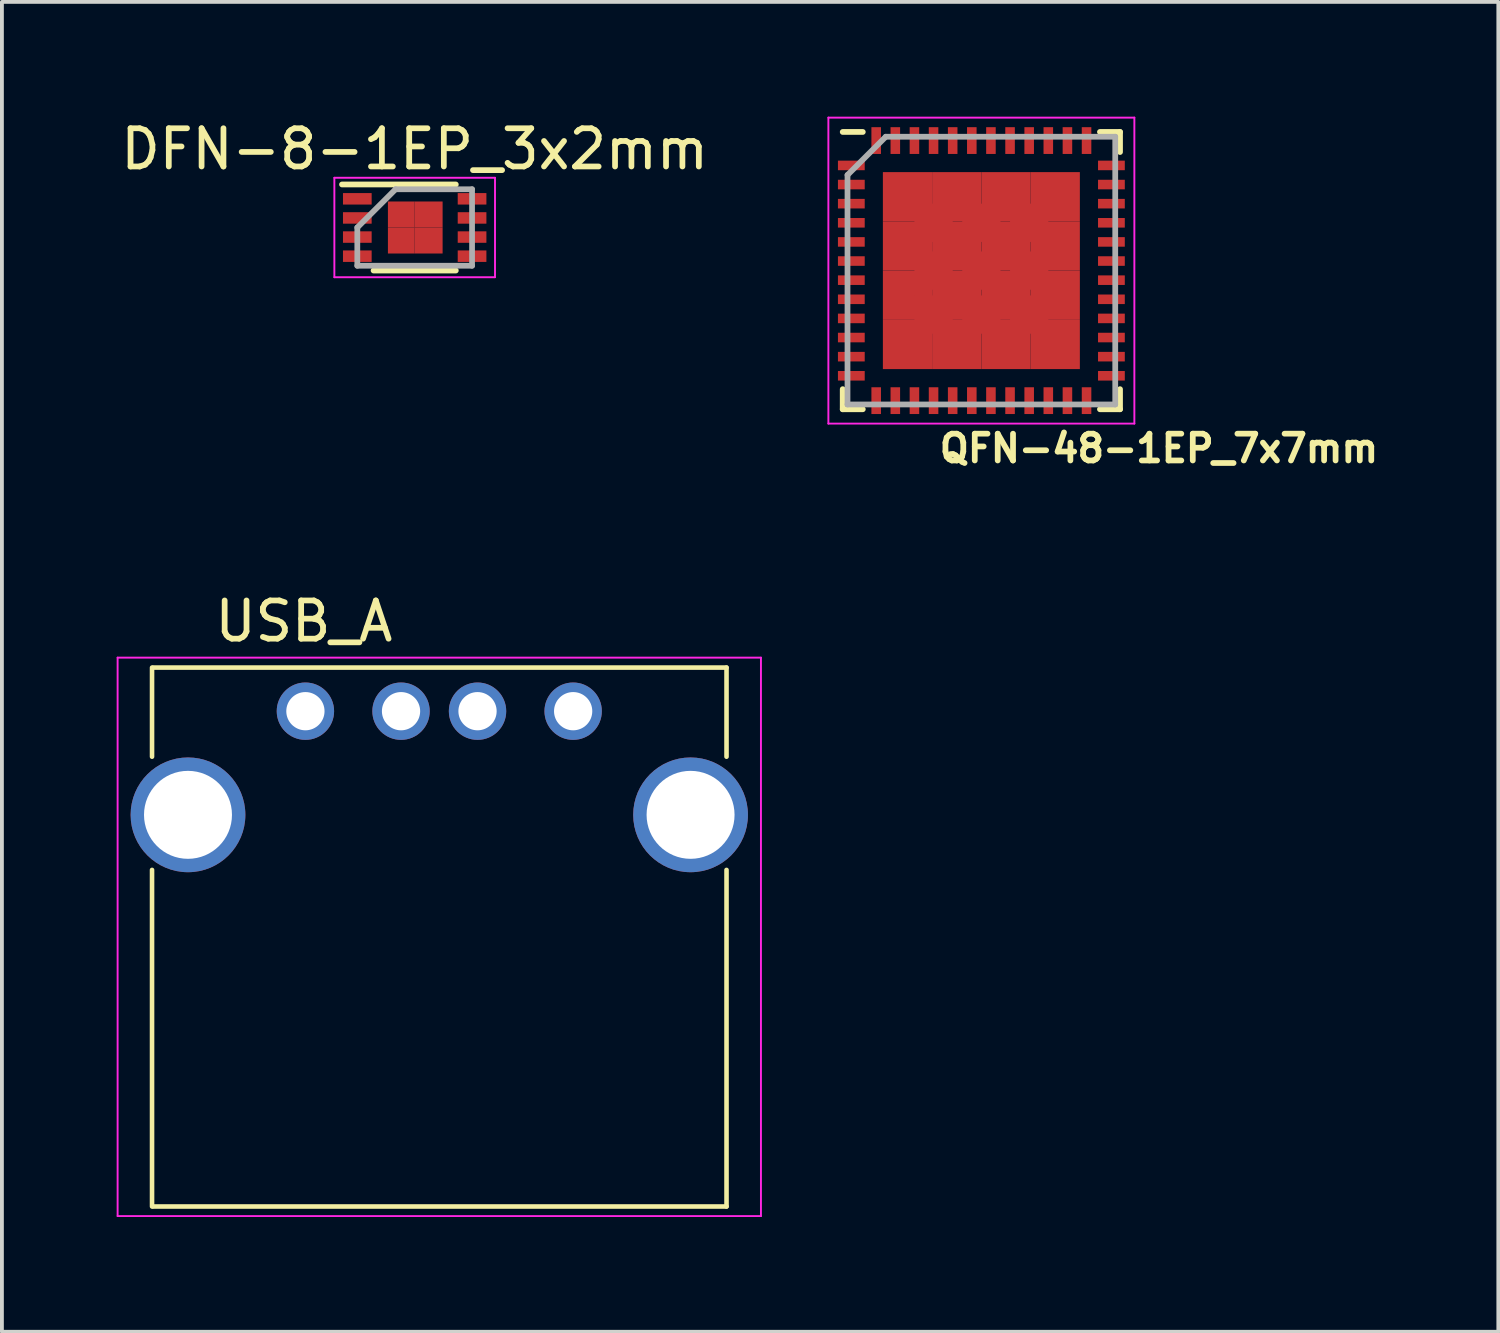
<source format=kicad_pcb>
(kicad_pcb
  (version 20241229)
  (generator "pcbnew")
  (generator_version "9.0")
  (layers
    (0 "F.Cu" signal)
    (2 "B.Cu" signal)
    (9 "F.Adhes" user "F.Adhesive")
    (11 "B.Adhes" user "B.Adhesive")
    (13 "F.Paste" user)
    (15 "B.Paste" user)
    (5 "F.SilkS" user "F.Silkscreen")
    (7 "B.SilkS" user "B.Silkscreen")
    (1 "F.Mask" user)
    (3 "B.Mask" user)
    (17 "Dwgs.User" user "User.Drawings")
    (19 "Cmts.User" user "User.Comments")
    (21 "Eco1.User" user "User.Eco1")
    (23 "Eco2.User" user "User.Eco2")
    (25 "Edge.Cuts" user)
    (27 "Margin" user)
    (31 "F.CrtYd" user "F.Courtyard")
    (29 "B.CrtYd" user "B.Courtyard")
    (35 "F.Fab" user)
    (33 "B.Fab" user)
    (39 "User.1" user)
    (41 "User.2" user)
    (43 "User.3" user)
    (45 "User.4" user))
  (footprint "USB_A"
    (layer "F.Cu")
    (at 8.435 15.544)
    (property "Reference" "USB_A" (at -3.54 -2.35 0) (layer "F.SilkS") (effects (font (size 1 1) (thickness 0.15))))
    (attr through_hole)
    (fp_line (start -7.51 -1.14) (end -7.51 1.19) (stroke (width 0.12) (type solid)) (layer "F.SilkS"))
    (fp_line (start -7.51 4.15) (end -7.51 12.95) (stroke (width 0.12) (type solid)) (layer "F.SilkS"))
    (fp_line (start 7.51 -1.14) (end -7.48 -1.14) (stroke (width 0.12) (type solid)) (layer "F.SilkS"))
    (fp_line (start 7.51 -1.14) (end 7.51 1.19) (stroke (width 0.12) (type solid)) (layer "F.SilkS"))
    (fp_line (start 7.51 4.15) (end 7.51 12.95) (stroke (width 0.12) (type solid)) (layer "F.SilkS"))
    (fp_line (start 7.51 12.95) (end -7.48 12.95) (stroke (width 0.12) (type solid)) (layer "F.SilkS"))
    (fp_line (start -8.41 -1.4) (end 8.41 -1.4) (stroke (width 0.05) (type solid)) (layer "F.CrtYd"))
    (fp_line (start -8.41 13.2) (end -8.41 -1.4) (stroke (width 0.05) (type solid)) (layer "F.CrtYd"))
    (fp_line (start -8.41 13.2) (end 8.41 13.2) (stroke (width 0.05) (type solid)) (layer "F.CrtYd"))
    (fp_line (start 8.41 -1.4) (end 8.41 13.2) (stroke (width 0.05) (type solid)) (layer "F.CrtYd"))
    (pad "1" thru_hole circle (at -3.5 0 270) (size 1.5 1.5) (drill 1) (layers "*.Cu" "*.Mask"))
    (pad "2" thru_hole circle (at -1 0 270) (size 1.5 1.5) (drill 1) (layers "*.Cu" "*.Mask"))
    (pad "3" thru_hole circle (at 1 0 270) (size 1.5 1.5) (drill 1) (layers "*.Cu" "*.Mask"))
    (pad "4" thru_hole circle (at 3.5 0 270) (size 1.5 1.5) (drill 1) (layers "*.Cu" "*.Mask"))
    (pad "5" thru_hole circle (at -6.57 2.71 270) (size 3 3) (drill 2.3) (layers "*.Cu" "*.Mask"))
    (pad "5" thru_hole circle (at 6.57 2.71 270) (size 3 3) (drill 2.3) (layers "*.Cu" "*.Mask")))
  (footprint "QFN-48-1EP_7x7mm"
    (layer "F.Cu")
    (at 22.608 4.025)
    (property "Reference" "QFN-48-1EP_7x7mm" (at 4.644 4.648 0) (layer "F.SilkS") (effects (font (size 0.7 0.7) (thickness 0.15))))
    (attr smd)
    (fp_line (start -3.625 -3.625) (end -3.1 -3.625) (stroke (width 0.15) (type solid)) (layer "F.SilkS"))
    (fp_line (start -3.625 3.625) (end -3.625 3.1) (stroke (width 0.15) (type solid)) (layer "F.SilkS"))
    (fp_line (start -3.625 3.625) (end -3.1 3.625) (stroke (width 0.15) (type solid)) (layer "F.SilkS"))
    (fp_line (start 3.625 -3.625) (end 3.1 -3.625) (stroke (width 0.15) (type solid)) (layer "F.SilkS"))
    (fp_line (start 3.625 -3.625) (end 3.625 -3.1) (stroke (width 0.15) (type solid)) (layer "F.SilkS"))
    (fp_line (start 3.625 3.625) (end 3.1 3.625) (stroke (width 0.15) (type solid)) (layer "F.SilkS"))
    (fp_line (start 3.625 3.625) (end 3.625 3.1) (stroke (width 0.15) (type solid)) (layer "F.SilkS"))
    (fp_line (start -4 -4) (end -4 4) (stroke (width 0.05) (type solid)) (layer "F.CrtYd"))
    (fp_line (start -4 -4) (end 4 -4) (stroke (width 0.05) (type solid)) (layer "F.CrtYd"))
    (fp_line (start -4 4) (end 4 4) (stroke (width 0.05) (type solid)) (layer "F.CrtYd"))
    (fp_line (start 4 -4) (end 4 4) (stroke (width 0.05) (type solid)) (layer "F.CrtYd"))
    (fp_line (start -3.5 -2.5) (end -2.5 -3.5) (stroke (width 0.15) (type solid)) (layer "F.Fab"))
    (fp_line (start -3.5 3.5) (end -3.5 -2.5) (stroke (width 0.15) (type solid)) (layer "F.Fab"))
    (fp_line (start -2.5 -3.5) (end 3.5 -3.5) (stroke (width 0.15) (type solid)) (layer "F.Fab"))
    (fp_line (start 3.5 -3.5) (end 3.5 3.5) (stroke (width 0.15) (type solid)) (layer "F.Fab"))
    (fp_line (start 3.5 3.5) (end -3.5 3.5) (stroke (width 0.15) (type solid)) (layer "F.Fab"))
    (pad "1" smd rect (at -3.4 -2.75) (size 0.7 0.25) (layers "F.Cu" "F.Mask" "F.Paste"))
    (pad "2" smd rect (at -3.4 -2.25) (size 0.7 0.25) (layers "F.Cu" "F.Mask" "F.Paste"))
    (pad "3" smd rect (at -3.4 -1.75) (size 0.7 0.25) (layers "F.Cu" "F.Mask" "F.Paste"))
    (pad "4" smd rect (at -3.4 -1.25) (size 0.7 0.25) (layers "F.Cu" "F.Mask" "F.Paste"))
    (pad "5" smd rect (at -3.4 -0.75) (size 0.7 0.25) (layers "F.Cu" "F.Mask" "F.Paste"))
    (pad "6" smd rect (at -3.4 -0.25) (size 0.7 0.25) (layers "F.Cu" "F.Mask" "F.Paste"))
    (pad "7" smd rect (at -3.4 0.25) (size 0.7 0.25) (layers "F.Cu" "F.Mask" "F.Paste"))
    (pad "8" smd rect (at -3.4 0.75) (size 0.7 0.25) (layers "F.Cu" "F.Mask" "F.Paste"))
    (pad "9" smd rect (at -3.4 1.25) (size 0.7 0.25) (layers "F.Cu" "F.Mask" "F.Paste"))
    (pad "10" smd rect (at -3.4 1.75) (size 0.7 0.25) (layers "F.Cu" "F.Mask" "F.Paste"))
    (pad "11" smd rect (at -3.4 2.25) (size 0.7 0.25) (layers "F.Cu" "F.Mask" "F.Paste"))
    (pad "12" smd rect (at -3.4 2.75) (size 0.7 0.25) (layers "F.Cu" "F.Mask" "F.Paste"))
    (pad "13" smd rect (at -2.75 3.4 90) (size 0.7 0.25) (layers "F.Cu" "F.Mask" "F.Paste"))
    (pad "14" smd rect (at -2.25 3.4 90) (size 0.7 0.25) (layers "F.Cu" "F.Mask" "F.Paste"))
    (pad "15" smd rect (at -1.75 3.4 90) (size 0.7 0.25) (layers "F.Cu" "F.Mask" "F.Paste"))
    (pad "16" smd rect (at -1.25 3.4 90) (size 0.7 0.25) (layers "F.Cu" "F.Mask" "F.Paste"))
    (pad "17" smd rect (at -0.75 3.4 90) (size 0.7 0.25) (layers "F.Cu" "F.Mask" "F.Paste"))
    (pad "18" smd rect (at -0.25 3.4 90) (size 0.7 0.25) (layers "F.Cu" "F.Mask" "F.Paste"))
    (pad "19" smd rect (at 0.25 3.4 90) (size 0.7 0.25) (layers "F.Cu" "F.Mask" "F.Paste"))
    (pad "20" smd rect (at 0.75 3.4 90) (size 0.7 0.25) (layers "F.Cu" "F.Mask" "F.Paste"))
    (pad "21" smd rect (at 1.25 3.4 90) (size 0.7 0.25) (layers "F.Cu" "F.Mask" "F.Paste"))
    (pad "22" smd rect (at 1.75 3.4 90) (size 0.7 0.25) (layers "F.Cu" "F.Mask" "F.Paste"))
    (pad "23" smd rect (at 2.25 3.4 90) (size 0.7 0.25) (layers "F.Cu" "F.Mask" "F.Paste"))
    (pad "24" smd rect (at 2.75 3.4 90) (size 0.7 0.25) (layers "F.Cu" "F.Mask" "F.Paste"))
    (pad "25" smd rect (at 3.4 2.75) (size 0.7 0.25) (layers "F.Cu" "F.Mask" "F.Paste"))
    (pad "26" smd rect (at 3.4 2.25) (size 0.7 0.25) (layers "F.Cu" "F.Mask" "F.Paste"))
    (pad "27" smd rect (at 3.4 1.75) (size 0.7 0.25) (layers "F.Cu" "F.Mask" "F.Paste"))
    (pad "28" smd rect (at 3.4 1.25) (size 0.7 0.25) (layers "F.Cu" "F.Mask" "F.Paste"))
    (pad "29" smd rect (at 3.4 0.75) (size 0.7 0.25) (layers "F.Cu" "F.Mask" "F.Paste"))
    (pad "30" smd rect (at 3.4 0.25) (size 0.7 0.25) (layers "F.Cu" "F.Mask" "F.Paste"))
    (pad "31" smd rect (at 3.4 -0.25) (size 0.7 0.25) (layers "F.Cu" "F.Mask" "F.Paste"))
    (pad "32" smd rect (at 3.4 -0.75) (size 0.7 0.25) (layers "F.Cu" "F.Mask" "F.Paste"))
    (pad "33" smd rect (at 3.4 -1.25) (size 0.7 0.25) (layers "F.Cu" "F.Mask" "F.Paste"))
    (pad "34" smd rect (at 3.4 -1.75) (size 0.7 0.25) (layers "F.Cu" "F.Mask" "F.Paste"))
    (pad "35" smd rect (at 3.4 -2.25) (size 0.7 0.25) (layers "F.Cu" "F.Mask" "F.Paste"))
    (pad "36" smd rect (at 3.4 -2.75) (size 0.7 0.25) (layers "F.Cu" "F.Mask" "F.Paste"))
    (pad "37" smd rect (at 2.75 -3.4 90) (size 0.7 0.25) (layers "F.Cu" "F.Mask" "F.Paste"))
    (pad "38" smd rect (at 2.25 -3.4 90) (size 0.7 0.25) (layers "F.Cu" "F.Mask" "F.Paste"))
    (pad "39" smd rect (at 1.75 -3.4 90) (size 0.7 0.25) (layers "F.Cu" "F.Mask" "F.Paste"))
    (pad "40" smd rect (at 1.25 -3.4 90) (size 0.7 0.25) (layers "F.Cu" "F.Mask" "F.Paste"))
    (pad "41" smd rect (at 0.75 -3.4 90) (size 0.7 0.25) (layers "F.Cu" "F.Mask" "F.Paste"))
    (pad "42" smd rect (at 0.25 -3.4 90) (size 0.7 0.25) (layers "F.Cu" "F.Mask" "F.Paste"))
    (pad "43" smd rect (at -0.25 -3.4 90) (size 0.7 0.25) (layers "F.Cu" "F.Mask" "F.Paste"))
    (pad "44" smd rect (at -0.75 -3.4 90) (size 0.7 0.25) (layers "F.Cu" "F.Mask" "F.Paste"))
    (pad "45" smd rect (at -1.25 -3.4 90) (size 0.7 0.25) (layers "F.Cu" "F.Mask" "F.Paste"))
    (pad "46" smd rect (at -1.75 -3.4 90) (size 0.7 0.25) (layers "F.Cu" "F.Mask" "F.Paste"))
    (pad "47" smd rect (at -2.25 -3.4 90) (size 0.7 0.25) (layers "F.Cu" "F.Mask" "F.Paste"))
    (pad "48" smd rect (at -2.75 -3.4 90) (size 0.7 0.25) (layers "F.Cu" "F.Mask" "F.Paste"))
    (pad "49" smd rect (at -1.931 -1.931) (size 1.288 1.288) (layers "F.Cu" "F.Mask"))
    (pad "49" smd rect (at -1.931 -0.644) (size 1.288 1.288) (layers "F.Cu" "F.Mask"))
    (pad "49" smd rect (at -1.931 0.644) (size 1.288 1.288) (layers "F.Cu" "F.Mask"))
    (pad "49" smd rect (at -1.931 1.931) (size 1.288 1.288) (layers "F.Cu" "F.Mask"))
    (pad "49" smd rect (at -1.25 -1.25) (size 1 1) (layers "F.Cu" "F.Mask" "F.Paste"))
    (pad "49" smd rect (at -1.25 0) (size 1 1) (layers "F.Cu" "F.Mask" "F.Paste"))
    (pad "49" smd rect (at -1.25 1.15) (size 1 1) (layers "F.Cu" "F.Mask" "F.Paste"))
    (pad "49" smd rect (at -0.644 -1.931) (size 1.288 1.288) (layers "F.Cu" "F.Mask"))
    (pad "49" smd rect (at -0.644 -0.644) (size 1.288 1.288) (layers "F.Cu" "F.Mask"))
    (pad "49" smd rect (at -0.644 0.644) (size 1.288 1.288) (layers "F.Cu" "F.Mask"))
    (pad "49" smd rect (at -0.644 1.931) (size 1.288 1.288) (layers "F.Cu" "F.Mask"))
    (pad "49" smd rect (at 0 -1.25) (size 1 1) (layers "F.Cu" "F.Mask" "F.Paste"))
    (pad "49" smd rect (at 0 0) (size 1 1) (layers "F.Cu" "F.Mask" "F.Paste"))
    (pad "49" smd rect (at 0 1.15) (size 1 1) (layers "F.Cu" "F.Mask" "F.Paste"))
    (pad "49" smd rect (at 0.644 -1.931) (size 1.288 1.288) (layers "F.Cu" "F.Mask"))
    (pad "49" smd rect (at 0.644 -0.644) (size 1.288 1.288) (layers "F.Cu" "F.Mask"))
    (pad "49" smd rect (at 0.644 0.644) (size 1.288 1.288) (layers "F.Cu" "F.Mask"))
    (pad "49" smd rect (at 0.644 1.931) (size 1.288 1.288) (layers "F.Cu" "F.Mask"))
    (pad "49" smd rect (at 1.25 -1.25) (size 1 1) (layers "F.Cu" "F.Mask" "F.Paste"))
    (pad "49" smd rect (at 1.25 0) (size 1 1) (layers "F.Cu" "F.Mask" "F.Paste"))
    (pad "49" smd rect (at 1.25 1.15) (size 1 1) (layers "F.Cu" "F.Mask" "F.Paste"))
    (pad "49" smd rect (at 1.931 -1.931) (size 1.288 1.288) (layers "F.Cu" "F.Mask"))
    (pad "49" smd rect (at 1.931 -0.644) (size 1.288 1.288) (layers "F.Cu" "F.Mask"))
    (pad "49" smd rect (at 1.931 0.644) (size 1.288 1.288) (layers "F.Cu" "F.Mask"))
    (pad "49" smd rect (at 1.931 1.931) (size 1.288 1.288) (layers "F.Cu" "F.Mask")))
  (footprint "DFN-8-1EP_3x2mm"
    (layer "F.Cu")
    (at 7.792 2.898)
    (property "Reference" "DFN-8-1EP_3x2mm" (at 0 -2.05 0) (layer "F.SilkS") (effects (font (size 1 1) (thickness 0.15))))
    (attr smd)
    (fp_line (start -1.9 -1.125) (end 1.075 -1.125) (stroke (width 0.15) (type solid)) (layer "F.SilkS"))
    (fp_line (start -1.075 1.125) (end 1.075 1.125) (stroke (width 0.15) (type solid)) (layer "F.SilkS"))
    (fp_line (start -2.1 -1.3) (end -2.1 1.3) (stroke (width 0.05) (type solid)) (layer "F.CrtYd"))
    (fp_line (start -2.1 -1.3) (end 2.1 -1.3) (stroke (width 0.05) (type solid)) (layer "F.CrtYd"))
    (fp_line (start -2.1 1.3) (end 2.1 1.3) (stroke (width 0.05) (type solid)) (layer "F.CrtYd"))
    (fp_line (start 2.1 -1.3) (end 2.1 1.3) (stroke (width 0.05) (type solid)) (layer "F.CrtYd"))
    (fp_line (start -1.5 0) (end -0.5 -1) (stroke (width 0.15) (type solid)) (layer "F.Fab"))
    (fp_line (start -1.5 1) (end -1.5 0) (stroke (width 0.15) (type solid)) (layer "F.Fab"))
    (fp_line (start -0.5 -1) (end 1.5 -1) (stroke (width 0.15) (type solid)) (layer "F.Fab"))
    (fp_line (start 1.5 -1) (end 1.5 1) (stroke (width 0.15) (type solid)) (layer "F.Fab"))
    (fp_line (start 1.5 1) (end -1.5 1) (stroke (width 0.15) (type solid)) (layer "F.Fab"))
    (pad "1" smd rect (at -1.5 -0.75) (size 0.75 0.3) (layers "F.Cu" "F.Mask" "F.Paste"))
    (pad "2" smd rect (at -1.5 -0.25) (size 0.75 0.3) (layers "F.Cu" "F.Mask" "F.Paste"))
    (pad "3" smd rect (at -1.5 0.25) (size 0.75 0.3) (layers "F.Cu" "F.Mask" "F.Paste"))
    (pad "4" smd rect (at -1.5 0.75) (size 0.75 0.3) (layers "F.Cu" "F.Mask" "F.Paste"))
    (pad "5" smd rect (at 1.5 0.75) (size 0.75 0.3) (layers "F.Cu" "F.Mask" "F.Paste"))
    (pad "6" smd rect (at 1.5 0.25) (size 0.75 0.3) (layers "F.Cu" "F.Mask" "F.Paste"))
    (pad "7" smd rect (at 1.5 -0.25) (size 0.75 0.3) (layers "F.Cu" "F.Mask" "F.Paste"))
    (pad "8" smd rect (at 1.5 -0.75) (size 0.75 0.3) (layers "F.Cu" "F.Mask" "F.Paste"))
    (pad "9" smd rect (at -0.35 -0.34) (size 0.7 0.68) (layers "F.Cu" "F.Mask" "F.Paste"))
    (pad "9" smd rect (at -0.35 0.34) (size 0.7 0.68) (layers "F.Cu" "F.Mask" "F.Paste"))
    (pad "9" smd rect (at 0.365 -0.34) (size 0.73 0.68) (layers "F.Cu" "F.Mask" "F.Paste"))
    (pad "9" smd rect (at 0.365 0.34) (size 0.73 0.68) (layers "F.Cu" "F.Mask" "F.Paste")))
  (gr_rect
    (start -3 -3)
    (end 36.124 31.769)
    (stroke (width 0.1) (type default))
    (fill no)
    (layer "Edge.Cuts")))
</source>
